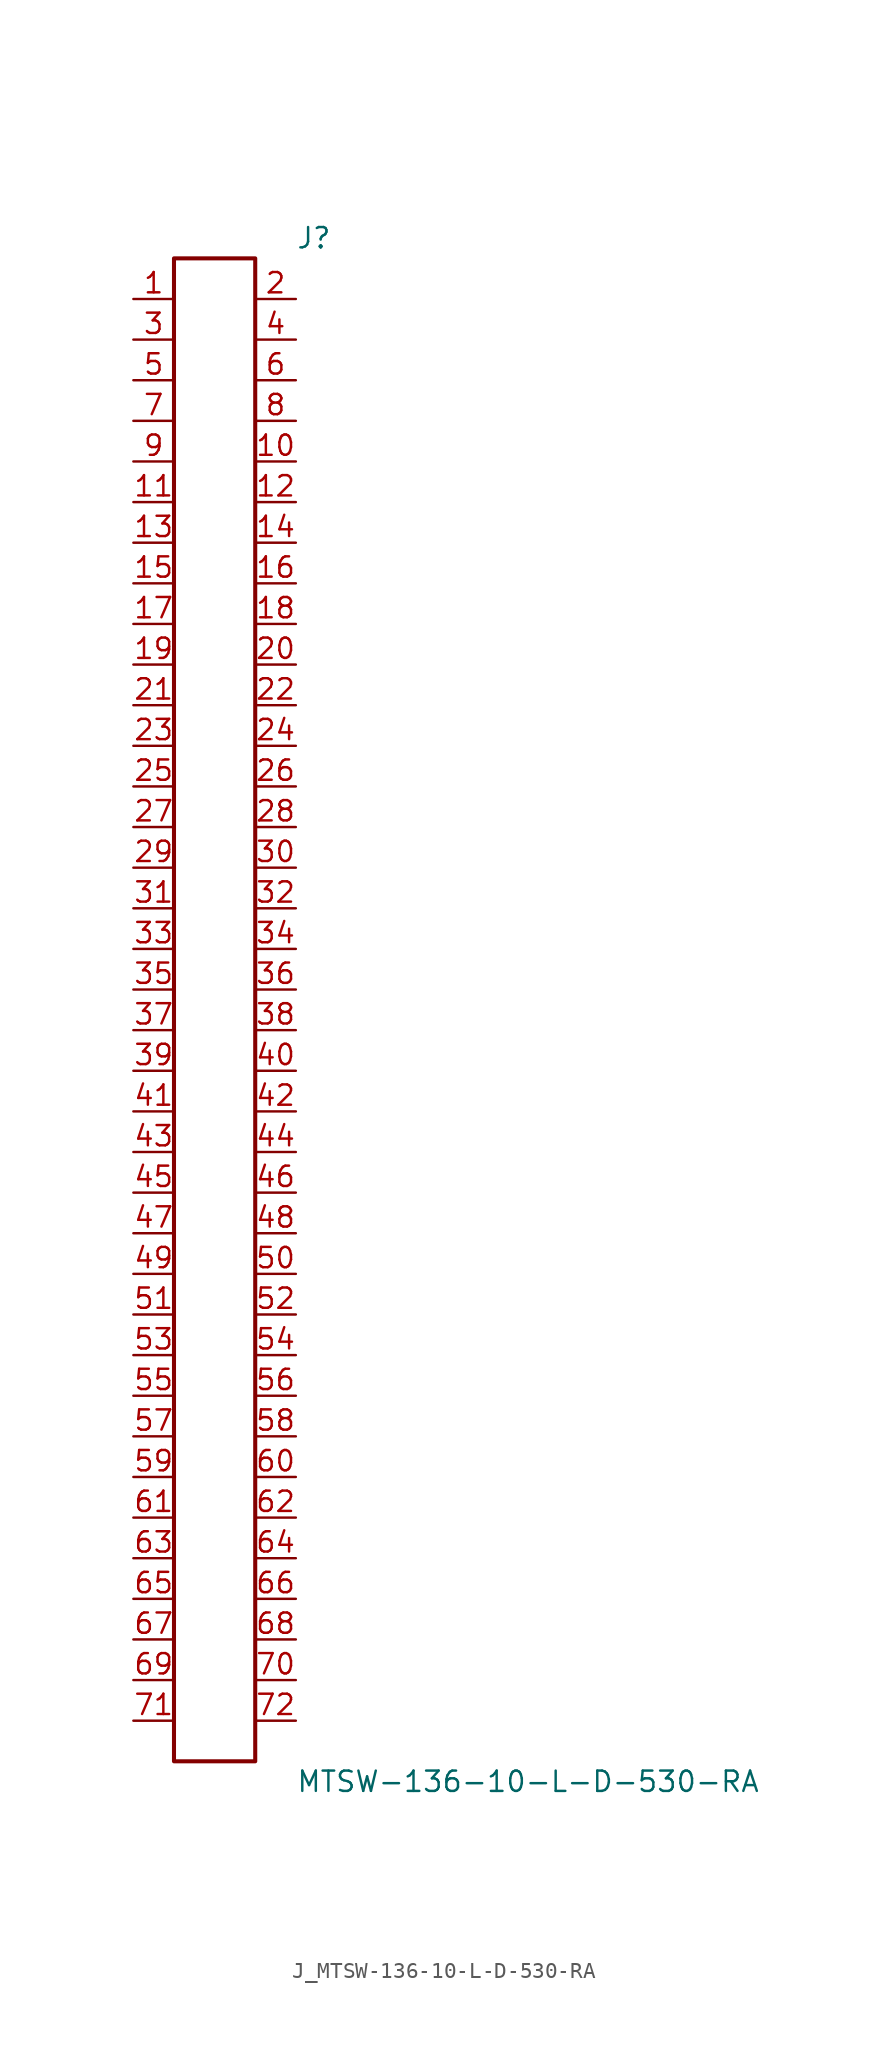
<source format=kicad_sym>
(kicad_symbol_lib
  (version 20231120)
  (generator kicad_symbol_editor)
  (generator_version 8.0)
  (symbol "J_MTSW-136-10-L-D-530-RA"
    (pin_names
      (offset 0.254))
    (property "Reference" "J"
      (at 5.08 48.26 0)
      (effects (font (size 1.27 1.27)) (justify left)))
    (property "Value" "MTSW-136-10-L-D-530-RA"
      (at 5.08 -48.26 0)
      (effects (font (size 1.27 1.27)) (justify left)))
    (symbol "J_MTSW-136-10-L-D-530-RA_0_0"
      (pin passive line (at -5.08 44.45 0) (length 2.54) (name "" (effects (font (size 1.27 1.27)))) (number "1" (effects (font (size 1.27 1.27)))))
      (pin passive line (at 5.08 44.45 180) (length 2.54) (name "" (effects (font (size 1.27 1.27)))) (number "2" (effects (font (size 1.27 1.27)))))
      (pin passive line (at -5.08 41.91 0) (length 2.54) (name "" (effects (font (size 1.27 1.27)))) (number "3" (effects (font (size 1.27 1.27)))))
      (pin passive line (at 5.08 41.91 180) (length 2.54) (name "" (effects (font (size 1.27 1.27)))) (number "4" (effects (font (size 1.27 1.27)))))
      (pin passive line (at -5.08 39.37 0) (length 2.54) (name "" (effects (font (size 1.27 1.27)))) (number "5" (effects (font (size 1.27 1.27)))))
      (pin passive line (at 5.08 39.37 180) (length 2.54) (name "" (effects (font (size 1.27 1.27)))) (number "6" (effects (font (size 1.27 1.27)))))
      (pin passive line (at -5.08 36.83 0) (length 2.54) (name "" (effects (font (size 1.27 1.27)))) (number "7" (effects (font (size 1.27 1.27)))))
      (pin passive line (at 5.08 36.83 180) (length 2.54) (name "" (effects (font (size 1.27 1.27)))) (number "8" (effects (font (size 1.27 1.27)))))
      (pin passive line (at -5.08 34.29 0) (length 2.54) (name "" (effects (font (size 1.27 1.27)))) (number "9" (effects (font (size 1.27 1.27)))))
      (pin passive line (at 5.08 34.29 180) (length 2.54) (name "" (effects (font (size 1.27 1.27)))) (number "10" (effects (font (size 1.27 1.27)))))
      (pin passive line (at -5.08 31.75 0) (length 2.54) (name "" (effects (font (size 1.27 1.27)))) (number "11" (effects (font (size 1.27 1.27)))))
      (pin passive line (at 5.08 31.75 180) (length 2.54) (name "" (effects (font (size 1.27 1.27)))) (number "12" (effects (font (size 1.27 1.27)))))
      (pin passive line (at -5.08 29.21 0) (length 2.54) (name "" (effects (font (size 1.27 1.27)))) (number "13" (effects (font (size 1.27 1.27)))))
      (pin passive line (at 5.08 29.21 180) (length 2.54) (name "" (effects (font (size 1.27 1.27)))) (number "14" (effects (font (size 1.27 1.27)))))
      (pin passive line (at -5.08 26.67 0) (length 2.54) (name "" (effects (font (size 1.27 1.27)))) (number "15" (effects (font (size 1.27 1.27)))))
      (pin passive line (at 5.08 26.67 180) (length 2.54) (name "" (effects (font (size 1.27 1.27)))) (number "16" (effects (font (size 1.27 1.27)))))
      (pin passive line (at -5.08 24.13 0) (length 2.54) (name "" (effects (font (size 1.27 1.27)))) (number "17" (effects (font (size 1.27 1.27)))))
      (pin passive line (at 5.08 24.13 180) (length 2.54) (name "" (effects (font (size 1.27 1.27)))) (number "18" (effects (font (size 1.27 1.27)))))
      (pin passive line (at -5.08 21.59 0) (length 2.54) (name "" (effects (font (size 1.27 1.27)))) (number "19" (effects (font (size 1.27 1.27)))))
      (pin passive line (at 5.08 21.59 180) (length 2.54) (name "" (effects (font (size 1.27 1.27)))) (number "20" (effects (font (size 1.27 1.27)))))
      (pin passive line (at -5.08 19.05 0) (length 2.54) (name "" (effects (font (size 1.27 1.27)))) (number "21" (effects (font (size 1.27 1.27)))))
      (pin passive line (at 5.08 19.05 180) (length 2.54) (name "" (effects (font (size 1.27 1.27)))) (number "22" (effects (font (size 1.27 1.27)))))
      (pin passive line (at -5.08 16.51 0) (length 2.54) (name "" (effects (font (size 1.27 1.27)))) (number "23" (effects (font (size 1.27 1.27)))))
      (pin passive line (at 5.08 16.51 180) (length 2.54) (name "" (effects (font (size 1.27 1.27)))) (number "24" (effects (font (size 1.27 1.27)))))
      (pin passive line (at -5.08 13.97 0) (length 2.54) (name "" (effects (font (size 1.27 1.27)))) (number "25" (effects (font (size 1.27 1.27)))))
      (pin passive line (at 5.08 13.97 180) (length 2.54) (name "" (effects (font (size 1.27 1.27)))) (number "26" (effects (font (size 1.27 1.27)))))
      (pin passive line (at -5.08 11.43 0) (length 2.54) (name "" (effects (font (size 1.27 1.27)))) (number "27" (effects (font (size 1.27 1.27)))))
      (pin passive line (at 5.08 11.43 180) (length 2.54) (name "" (effects (font (size 1.27 1.27)))) (number "28" (effects (font (size 1.27 1.27)))))
      (pin passive line (at -5.08 8.89 0) (length 2.54) (name "" (effects (font (size 1.27 1.27)))) (number "29" (effects (font (size 1.27 1.27)))))
      (pin passive line (at 5.08 8.89 180) (length 2.54) (name "" (effects (font (size 1.27 1.27)))) (number "30" (effects (font (size 1.27 1.27)))))
      (pin passive line (at -5.08 6.35 0) (length 2.54) (name "" (effects (font (size 1.27 1.27)))) (number "31" (effects (font (size 1.27 1.27)))))
      (pin passive line (at 5.08 6.35 180) (length 2.54) (name "" (effects (font (size 1.27 1.27)))) (number "32" (effects (font (size 1.27 1.27)))))
      (pin passive line (at -5.08 3.81 0) (length 2.54) (name "" (effects (font (size 1.27 1.27)))) (number "33" (effects (font (size 1.27 1.27)))))
      (pin passive line (at 5.08 3.81 180) (length 2.54) (name "" (effects (font (size 1.27 1.27)))) (number "34" (effects (font (size 1.27 1.27)))))
      (pin passive line (at -5.08 1.27 0) (length 2.54) (name "" (effects (font (size 1.27 1.27)))) (number "35" (effects (font (size 1.27 1.27)))))
      (pin passive line (at 5.08 1.27 180) (length 2.54) (name "" (effects (font (size 1.27 1.27)))) (number "36" (effects (font (size 1.27 1.27)))))
      (pin passive line (at -5.08 -1.27 0) (length 2.54) (name "" (effects (font (size 1.27 1.27)))) (number "37" (effects (font (size 1.27 1.27)))))
      (pin passive line (at 5.08 -1.27 180) (length 2.54) (name "" (effects (font (size 1.27 1.27)))) (number "38" (effects (font (size 1.27 1.27)))))
      (pin passive line (at -5.08 -3.81 0) (length 2.54) (name "" (effects (font (size 1.27 1.27)))) (number "39" (effects (font (size 1.27 1.27)))))
      (pin passive line (at 5.08 -3.81 180) (length 2.54) (name "" (effects (font (size 1.27 1.27)))) (number "40" (effects (font (size 1.27 1.27)))))
      (pin passive line (at -5.08 -6.35 0) (length 2.54) (name "" (effects (font (size 1.27 1.27)))) (number "41" (effects (font (size 1.27 1.27)))))
      (pin passive line (at 5.08 -6.35 180) (length 2.54) (name "" (effects (font (size 1.27 1.27)))) (number "42" (effects (font (size 1.27 1.27)))))
      (pin passive line (at -5.08 -8.89 0) (length 2.54) (name "" (effects (font (size 1.27 1.27)))) (number "43" (effects (font (size 1.27 1.27)))))
      (pin passive line (at 5.08 -8.89 180) (length 2.54) (name "" (effects (font (size 1.27 1.27)))) (number "44" (effects (font (size 1.27 1.27)))))
      (pin passive line (at -5.08 -11.43 0) (length 2.54) (name "" (effects (font (size 1.27 1.27)))) (number "45" (effects (font (size 1.27 1.27)))))
      (pin passive line (at 5.08 -11.43 180) (length 2.54) (name "" (effects (font (size 1.27 1.27)))) (number "46" (effects (font (size 1.27 1.27)))))
      (pin passive line (at -5.08 -13.97 0) (length 2.54) (name "" (effects (font (size 1.27 1.27)))) (number "47" (effects (font (size 1.27 1.27)))))
      (pin passive line (at 5.08 -13.97 180) (length 2.54) (name "" (effects (font (size 1.27 1.27)))) (number "48" (effects (font (size 1.27 1.27)))))
      (pin passive line (at -5.08 -16.51 0) (length 2.54) (name "" (effects (font (size 1.27 1.27)))) (number "49" (effects (font (size 1.27 1.27)))))
      (pin passive line (at 5.08 -16.51 180) (length 2.54) (name "" (effects (font (size 1.27 1.27)))) (number "50" (effects (font (size 1.27 1.27)))))
      (pin passive line (at -5.08 -19.05 0) (length 2.54) (name "" (effects (font (size 1.27 1.27)))) (number "51" (effects (font (size 1.27 1.27)))))
      (pin passive line (at 5.08 -19.05 180) (length 2.54) (name "" (effects (font (size 1.27 1.27)))) (number "52" (effects (font (size 1.27 1.27)))))
      (pin passive line (at -5.08 -21.59 0) (length 2.54) (name "" (effects (font (size 1.27 1.27)))) (number "53" (effects (font (size 1.27 1.27)))))
      (pin passive line (at 5.08 -21.59 180) (length 2.54) (name "" (effects (font (size 1.27 1.27)))) (number "54" (effects (font (size 1.27 1.27)))))
      (pin passive line (at -5.08 -24.13 0) (length 2.54) (name "" (effects (font (size 1.27 1.27)))) (number "55" (effects (font (size 1.27 1.27)))))
      (pin passive line (at 5.08 -24.13 180) (length 2.54) (name "" (effects (font (size 1.27 1.27)))) (number "56" (effects (font (size 1.27 1.27)))))
      (pin passive line (at -5.08 -26.67 0) (length 2.54) (name "" (effects (font (size 1.27 1.27)))) (number "57" (effects (font (size 1.27 1.27)))))
      (pin passive line (at 5.08 -26.67 180) (length 2.54) (name "" (effects (font (size 1.27 1.27)))) (number "58" (effects (font (size 1.27 1.27)))))
      (pin passive line (at -5.08 -29.21 0) (length 2.54) (name "" (effects (font (size 1.27 1.27)))) (number "59" (effects (font (size 1.27 1.27)))))
      (pin passive line (at 5.08 -29.21 180) (length 2.54) (name "" (effects (font (size 1.27 1.27)))) (number "60" (effects (font (size 1.27 1.27)))))
      (pin passive line (at -5.08 -31.75 0) (length 2.54) (name "" (effects (font (size 1.27 1.27)))) (number "61" (effects (font (size 1.27 1.27)))))
      (pin passive line (at 5.08 -31.75 180) (length 2.54) (name "" (effects (font (size 1.27 1.27)))) (number "62" (effects (font (size 1.27 1.27)))))
      (pin passive line (at -5.08 -34.29 0) (length 2.54) (name "" (effects (font (size 1.27 1.27)))) (number "63" (effects (font (size 1.27 1.27)))))
      (pin passive line (at 5.08 -34.29 180) (length 2.54) (name "" (effects (font (size 1.27 1.27)))) (number "64" (effects (font (size 1.27 1.27)))))
      (pin passive line (at -5.08 -36.83 0) (length 2.54) (name "" (effects (font (size 1.27 1.27)))) (number "65" (effects (font (size 1.27 1.27)))))
      (pin passive line (at 5.08 -36.83 180) (length 2.54) (name "" (effects (font (size 1.27 1.27)))) (number "66" (effects (font (size 1.27 1.27)))))
      (pin passive line (at -5.08 -39.37 0) (length 2.54) (name "" (effects (font (size 1.27 1.27)))) (number "67" (effects (font (size 1.27 1.27)))))
      (pin passive line (at 5.08 -39.37 180) (length 2.54) (name "" (effects (font (size 1.27 1.27)))) (number "68" (effects (font (size 1.27 1.27)))))
      (pin passive line (at -5.08 -41.91 0) (length 2.54) (name "" (effects (font (size 1.27 1.27)))) (number "69" (effects (font (size 1.27 1.27)))))
      (pin passive line (at 5.08 -41.91 180) (length 2.54) (name "" (effects (font (size 1.27 1.27)))) (number "70" (effects (font (size 1.27 1.27)))))
      (pin passive line (at -5.08 -44.45 0) (length 2.54) (name "" (effects (font (size 1.27 1.27)))) (number "71" (effects (font (size 1.27 1.27)))))
      (pin passive line (at 5.08 -44.45 180) (length 2.54) (name "" (effects (font (size 1.27 1.27)))) (number "72" (effects (font (size 1.27 1.27))))))
    (symbol "J_MTSW-136-10-L-D-530-RA_1_0"
      (rectangle (start -2.54 46.99) (end 2.54 -46.99) (stroke (width 0.254) (type solid)) (fill (type none))))))
</source>
